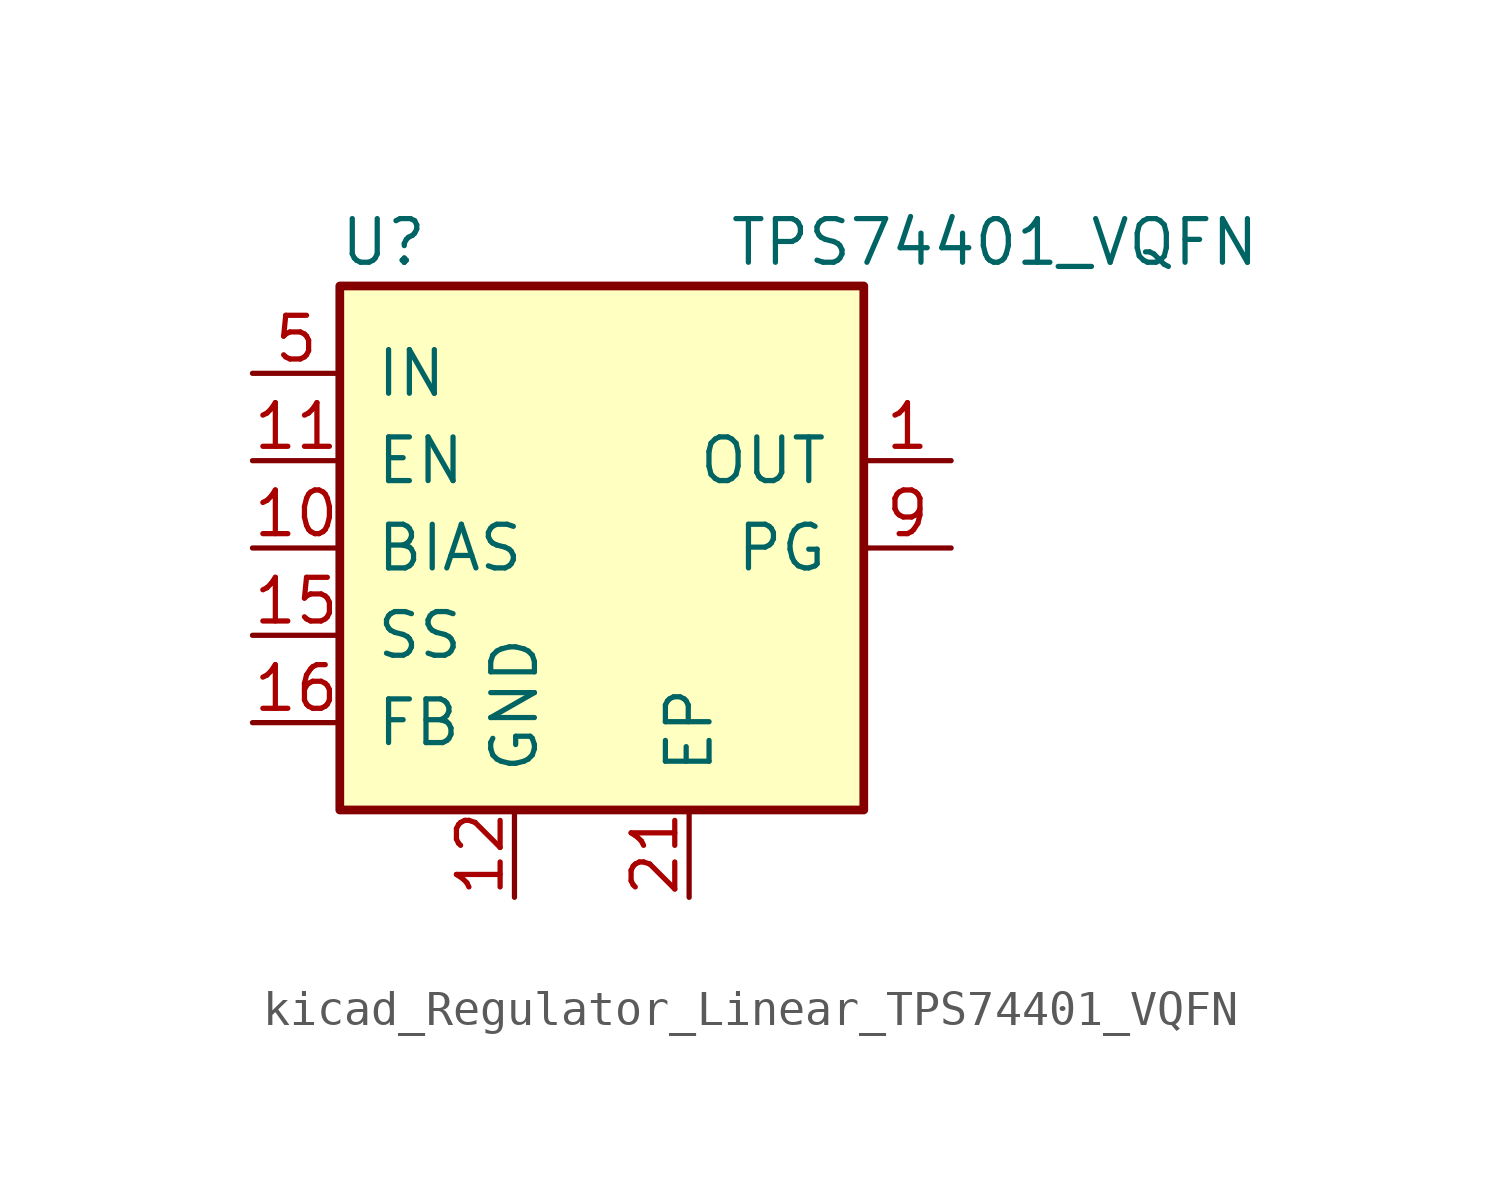
<source format=kicad_sym>
(kicad_symbol_lib
  (version 20220914)
  (generator kicad_symbol_editor)
  (symbol "kicad_Regulator_Linear_TPS74401_VQFN"
    (pin_names
      (offset 1.016))
    (property "Reference" "U"
      (at -6.35 8.89 0)
      (effects (font (size 1.27 1.27))))
    (property "Value" "TPS74401_VQFN"
      (at 11.43 8.89 0)
      (effects (font (size 1.27 1.27))))
    (symbol "kicad_Regulator_Linear_TPS74401_VQFN_0_1"
      (rectangle (start -7.62 7.62) (end 7.62 -7.62) (stroke (width 0.254) (type default)) (fill (type background))))
    (symbol "kicad_Regulator_Linear_TPS74401_VQFN_1_1"
      (pin power_out line (at 10.16 2.54 180) (length 2.54) (name "OUT" (effects (font (size 1.27 1.27)))) (number "1" (effects (font (size 1.27 1.27)))))
      (pin input line (at -10.16 0 0) (length 2.54) (name "BIAS" (effects (font (size 1.27 1.27)))) (number "10" (effects (font (size 1.27 1.27)))))
      (pin input line (at -10.16 2.54 0) (length 2.54) (name "EN" (effects (font (size 1.27 1.27)))) (number "11" (effects (font (size 1.27 1.27)))))
      (pin power_in line (at -2.54 -10.16 90) (length 2.54) (name "GND" (effects (font (size 1.27 1.27)))) (number "12" (effects (font (size 1.27 1.27)))))
      (pin no_connect line (at 0 -7.62 90) (length 2.54) hide (name "NC" (effects (font (size 1.27 1.27)))) (number "13" (effects (font (size 1.27 1.27)))))
      (pin no_connect line (at 7.62 -5.08 180) (length 2.54) hide (name "NC" (effects (font (size 1.27 1.27)))) (number "14" (effects (font (size 1.27 1.27)))))
      (pin input line (at -10.16 -2.54 0) (length 2.54) (name "SS" (effects (font (size 1.27 1.27)))) (number "15" (effects (font (size 1.27 1.27)))))
      (pin input line (at -10.16 -5.08 0) (length 2.54) (name "FB" (effects (font (size 1.27 1.27)))) (number "16" (effects (font (size 1.27 1.27)))))
      (pin no_connect line (at 7.62 -2.54 180) (length 2.54) hide (name "NC" (effects (font (size 1.27 1.27)))) (number "17" (effects (font (size 1.27 1.27)))))
      (pin passive line (at 10.16 2.54 180) (length 2.54) hide (name "OUT" (effects (font (size 1.27 1.27)))) (number "18" (effects (font (size 1.27 1.27)))))
      (pin passive line (at 10.16 2.54 180) (length 2.54) hide (name "OUT" (effects (font (size 1.27 1.27)))) (number "19" (effects (font (size 1.27 1.27)))))
      (pin no_connect line (at -2.54 7.62 270) (length 2.54) hide (name "NC" (effects (font (size 1.27 1.27)))) (number "2" (effects (font (size 1.27 1.27)))))
      (pin passive line (at 10.16 2.54 180) (length 2.54) hide (name "OUT" (effects (font (size 1.27 1.27)))) (number "20" (effects (font (size 1.27 1.27)))))
      (pin power_in line (at 2.54 -10.16 90) (length 2.54) (name "EP" (effects (font (size 1.27 1.27)))) (number "21" (effects (font (size 1.27 1.27)))))
      (pin no_connect line (at 0 7.62 270) (length 2.54) hide (name "NC" (effects (font (size 1.27 1.27)))) (number "3" (effects (font (size 1.27 1.27)))))
      (pin no_connect line (at 2.54 7.62 270) (length 2.54) hide (name "NC" (effects (font (size 1.27 1.27)))) (number "4" (effects (font (size 1.27 1.27)))))
      (pin power_in line (at -10.16 5.08 0) (length 2.54) (name "IN" (effects (font (size 1.27 1.27)))) (number "5" (effects (font (size 1.27 1.27)))))
      (pin passive line (at -10.16 5.08 0) (length 2.54) hide (name "IN" (effects (font (size 1.27 1.27)))) (number "6" (effects (font (size 1.27 1.27)))))
      (pin passive line (at -10.16 5.08 0) (length 2.54) hide (name "IN" (effects (font (size 1.27 1.27)))) (number "7" (effects (font (size 1.27 1.27)))))
      (pin passive line (at -10.16 5.08 0) (length 2.54) hide (name "IN" (effects (font (size 1.27 1.27)))) (number "8" (effects (font (size 1.27 1.27)))))
      (pin output line (at 10.16 0 180) (length 2.54) (name "PG" (effects (font (size 1.27 1.27)))) (number "9" (effects (font (size 1.27 1.27))))))))
</source>
